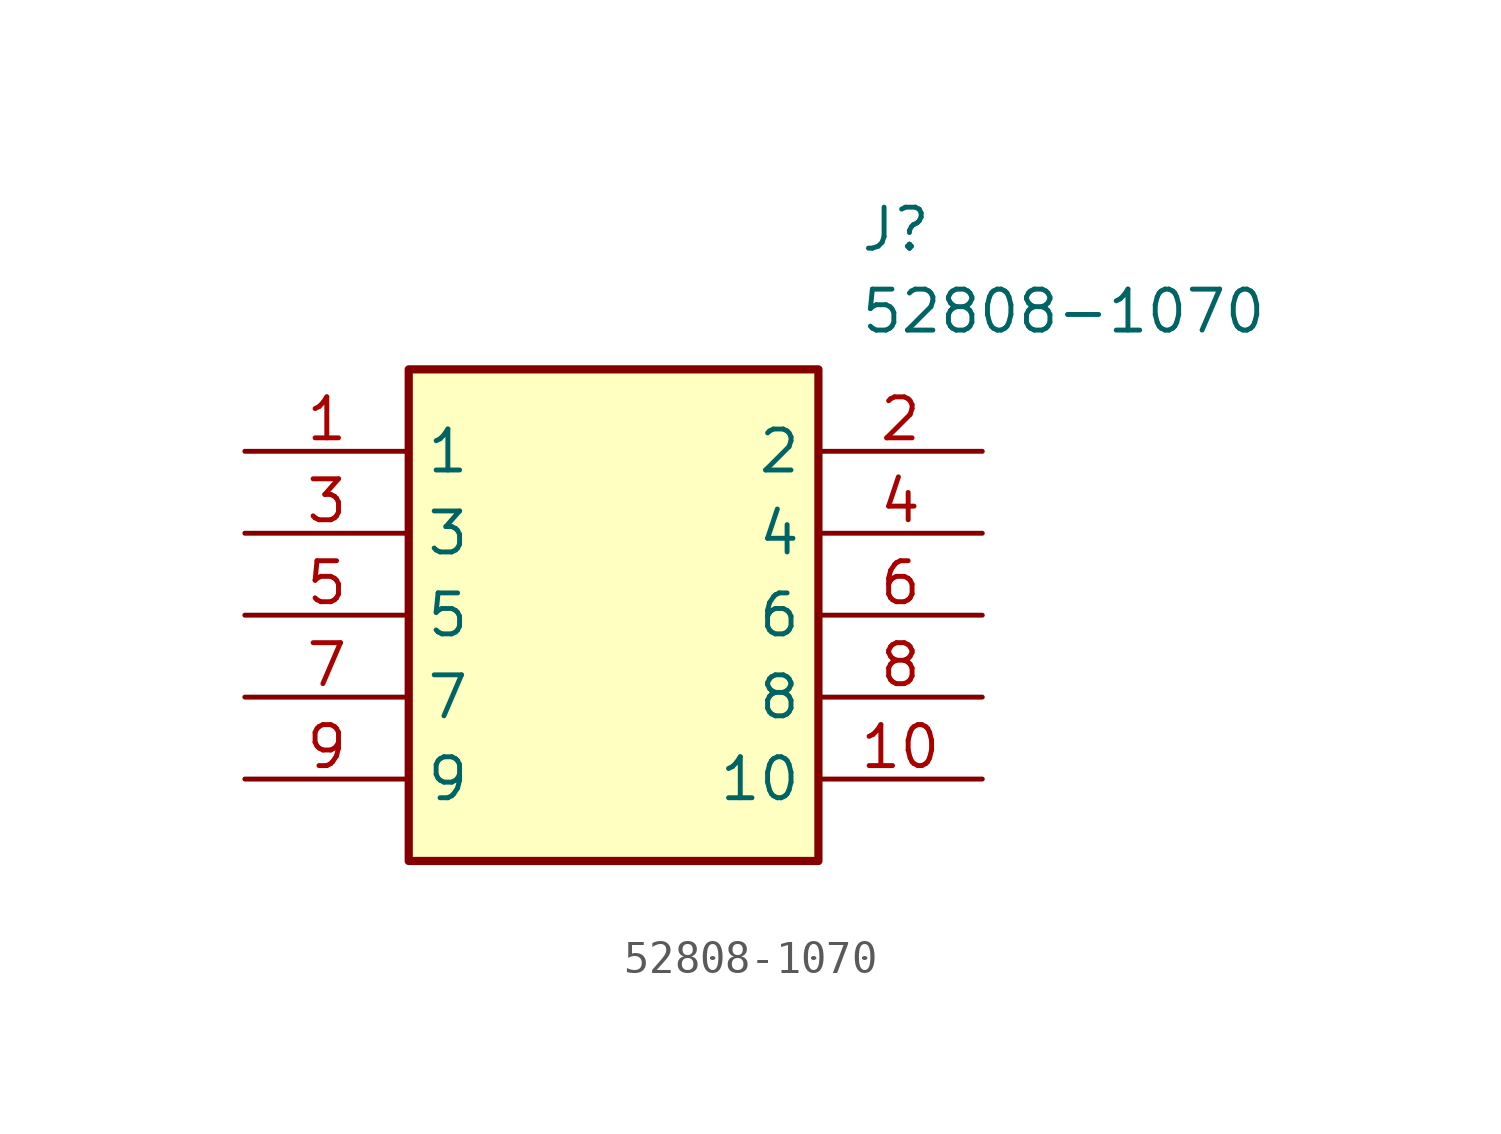
<source format=kicad_sym>
(kicad_symbol_lib
  (version 20211014)
  (generator SamacSys_ECAD_Model)
  (symbol "52808-1070"
    (property "Reference" "J"
      (at 19.05 7.62 0)
      (effects (font (size 1.27 1.27)) (justify left top)))
    (property "Value" "52808-1070"
      (at 19.05 5.08 0)
      (effects (font (size 1.27 1.27)) (justify left top)))
    (rectangle
      (start 5.08 2.54)
      (end 17.78 -12.7)
      (stroke (width 0.254) (type default))
      (fill (type background)))
    (pin passive line
      (at 0 0 0)
      (length 5.08)
      (name "1" (effects (font (size 1.27 1.27))))
      (number "1" (effects (font (size 1.27 1.27)))))
    (pin passive line
      (at 22.86 0 180)
      (length 5.08)
      (name "2" (effects (font (size 1.27 1.27))))
      (number "2" (effects (font (size 1.27 1.27)))))
    (pin passive line
      (at 0 -2.54 0)
      (length 5.08)
      (name "3" (effects (font (size 1.27 1.27))))
      (number "3" (effects (font (size 1.27 1.27)))))
    (pin passive line
      (at 22.86 -2.54 180)
      (length 5.08)
      (name "4" (effects (font (size 1.27 1.27))))
      (number "4" (effects (font (size 1.27 1.27)))))
    (pin passive line
      (at 0 -5.08 0)
      (length 5.08)
      (name "5" (effects (font (size 1.27 1.27))))
      (number "5" (effects (font (size 1.27 1.27)))))
    (pin passive line
      (at 22.86 -5.08 180)
      (length 5.08)
      (name "6" (effects (font (size 1.27 1.27))))
      (number "6" (effects (font (size 1.27 1.27)))))
    (pin passive line
      (at 0 -7.62 0)
      (length 5.08)
      (name "7" (effects (font (size 1.27 1.27))))
      (number "7" (effects (font (size 1.27 1.27)))))
    (pin passive line
      (at 22.86 -7.62 180)
      (length 5.08)
      (name "8" (effects (font (size 1.27 1.27))))
      (number "8" (effects (font (size 1.27 1.27)))))
    (pin passive line
      (at 0 -10.16 0)
      (length 5.08)
      (name "9" (effects (font (size 1.27 1.27))))
      (number "9" (effects (font (size 1.27 1.27)))))
    (pin passive line
      (at 22.86 -10.16 180)
      (length 5.08)
      (name "10" (effects (font (size 1.27 1.27))))
      (number "10" (effects (font (size 1.27 1.27)))))))
</source>
